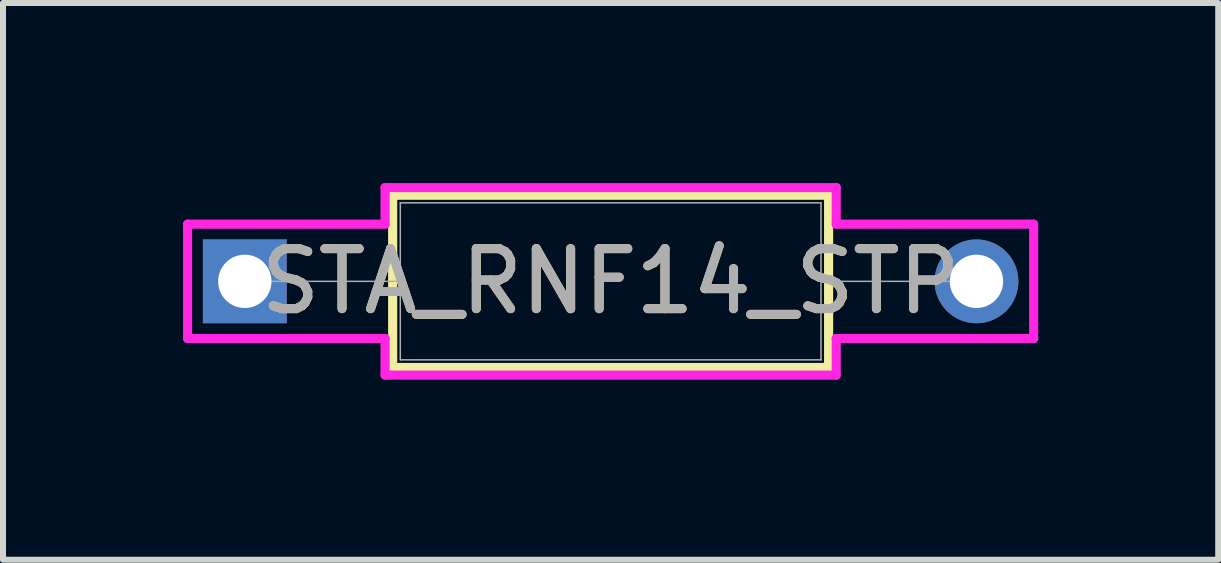
<source format=kicad_pcb>
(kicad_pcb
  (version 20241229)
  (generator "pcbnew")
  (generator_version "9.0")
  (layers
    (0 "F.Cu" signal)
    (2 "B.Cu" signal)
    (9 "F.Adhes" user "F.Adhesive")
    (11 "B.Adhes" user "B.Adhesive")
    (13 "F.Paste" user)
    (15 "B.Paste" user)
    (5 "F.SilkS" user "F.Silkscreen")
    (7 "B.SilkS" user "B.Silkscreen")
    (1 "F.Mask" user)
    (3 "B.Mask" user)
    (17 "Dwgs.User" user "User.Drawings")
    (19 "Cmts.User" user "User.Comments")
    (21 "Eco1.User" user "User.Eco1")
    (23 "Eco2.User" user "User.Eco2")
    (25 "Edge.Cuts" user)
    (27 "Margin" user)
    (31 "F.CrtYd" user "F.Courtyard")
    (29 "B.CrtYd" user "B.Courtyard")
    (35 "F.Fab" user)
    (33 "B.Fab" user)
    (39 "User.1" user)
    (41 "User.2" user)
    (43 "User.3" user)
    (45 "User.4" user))
  (footprint "STA_RNF14_STP"
    (layer "F.Cu")
    (at 1.029 1.638)
    (property "Reference" "STA_RNF14_STP" (at 6.096 0 0) (unlocked yes) (layer "F.SilkS") (effects (font (size 1 1) (thickness 0.15))))
    (attr through_hole)
    (fp_line (start 2.464 -1.435) (end 2.464 1.435) (stroke (width 0.152) (type solid)) (layer "F.SilkS"))
    (fp_line (start 2.464 1.435) (end 9.728 1.435) (stroke (width 0.152) (type solid)) (layer "F.SilkS"))
    (fp_line (start 9.728 -1.435) (end 2.464 -1.435) (stroke (width 0.152) (type solid)) (layer "F.SilkS"))
    (fp_line (start 9.728 1.435) (end 9.728 -1.435) (stroke (width 0.152) (type solid)) (layer "F.SilkS"))
    (fp_line (start -0.953 -0.953) (end 2.337 -0.953) (stroke (width 0.152) (type solid)) (layer "F.CrtYd"))
    (fp_line (start -0.953 0.953) (end -0.953 -0.953) (stroke (width 0.152) (type solid)) (layer "F.CrtYd"))
    (fp_line (start 2.337 -1.562) (end 9.855 -1.562) (stroke (width 0.152) (type solid)) (layer "F.CrtYd"))
    (fp_line (start 2.337 -0.953) (end 2.337 -1.562) (stroke (width 0.152) (type solid)) (layer "F.CrtYd"))
    (fp_line (start 2.337 0.953) (end -0.953 0.953) (stroke (width 0.152) (type solid)) (layer "F.CrtYd"))
    (fp_line (start 2.337 1.562) (end 2.337 0.953) (stroke (width 0.152) (type solid)) (layer "F.CrtYd"))
    (fp_line (start 9.855 -1.562) (end 9.855 -0.953) (stroke (width 0.152) (type solid)) (layer "F.CrtYd"))
    (fp_line (start 9.855 -0.953) (end 13.145 -0.953) (stroke (width 0.152) (type solid)) (layer "F.CrtYd"))
    (fp_line (start 9.855 0.953) (end 9.855 1.562) (stroke (width 0.152) (type solid)) (layer "F.CrtYd"))
    (fp_line (start 9.855 1.562) (end 2.337 1.562) (stroke (width 0.152) (type solid)) (layer "F.CrtYd"))
    (fp_line (start 13.145 -0.953) (end 13.145 0.953) (stroke (width 0.152) (type solid)) (layer "F.CrtYd"))
    (fp_line (start 13.145 0.953) (end 9.855 0.953) (stroke (width 0.152) (type solid)) (layer "F.CrtYd"))
    (fp_line (start 0 0) (end 2.591 0) (stroke (width 0.025) (type solid)) (layer "F.Fab"))
    (fp_line (start 2.591 -1.308) (end 2.591 1.308) (stroke (width 0.025) (type solid)) (layer "F.Fab"))
    (fp_line (start 2.591 1.308) (end 9.601 1.308) (stroke (width 0.025) (type solid)) (layer "F.Fab"))
    (fp_line (start 9.601 -1.308) (end 2.591 -1.308) (stroke (width 0.025) (type solid)) (layer "F.Fab"))
    (fp_line (start 9.601 1.308) (end 9.601 -1.308) (stroke (width 0.025) (type solid)) (layer "F.Fab"))
    (fp_line (start 12.192 0) (end 9.601 0) (stroke (width 0.025) (type solid)) (layer "F.Fab"))
    (fp_text user "${REFERENCE}" (at 6.096 0 0) (unlocked yes) (layer "F.Fab") (effects (font (size 1 1) (thickness 0.15))))
    (pad "1" thru_hole rect (at 0 0) (size 1.397 1.397) (drill 0.889) (layers "*.Cu" "*.Mask"))
    (pad "2" thru_hole circle (at 12.192 0) (size 1.397 1.397) (drill 0.889) (layers "*.Cu" "*.Mask")))
  (gr_rect
    (start -3 -3)
    (end 17.249 6.277)
    (stroke (width 0.1) (type default))
    (fill no)
    (layer "Edge.Cuts")))
</source>
